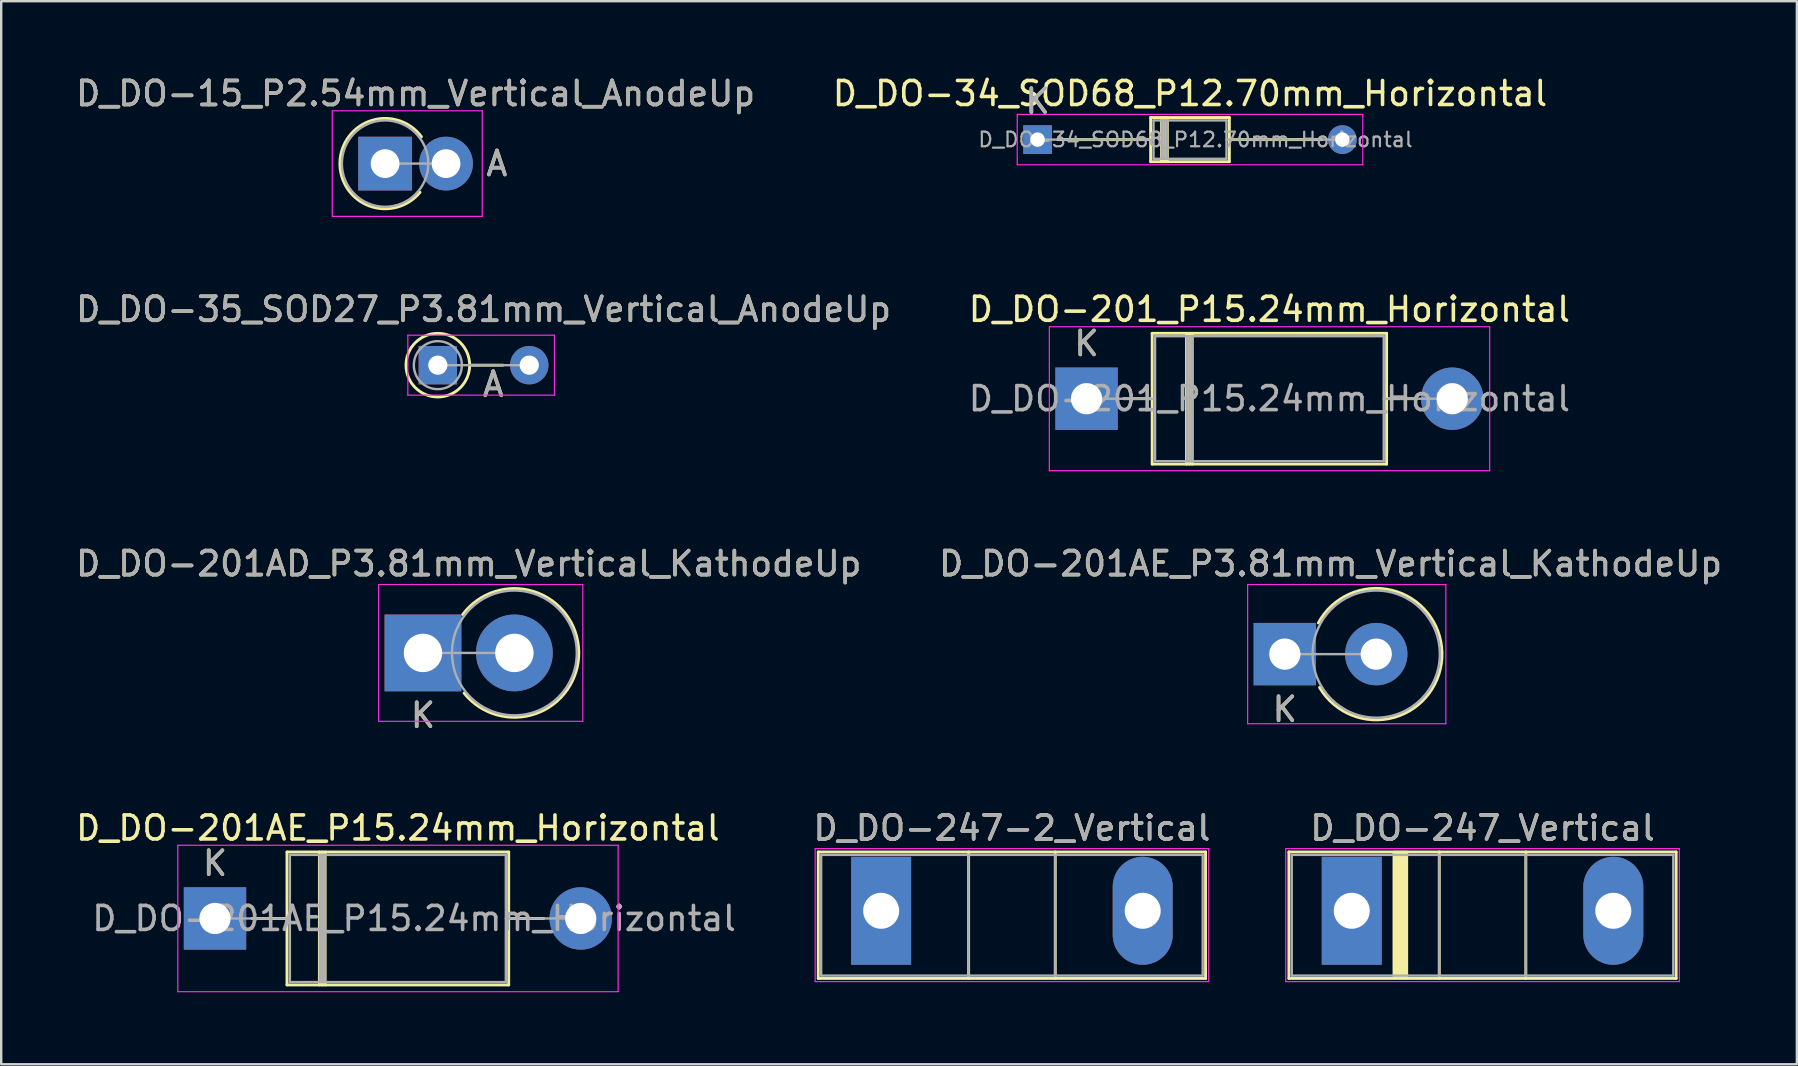
<source format=kicad_pcb>
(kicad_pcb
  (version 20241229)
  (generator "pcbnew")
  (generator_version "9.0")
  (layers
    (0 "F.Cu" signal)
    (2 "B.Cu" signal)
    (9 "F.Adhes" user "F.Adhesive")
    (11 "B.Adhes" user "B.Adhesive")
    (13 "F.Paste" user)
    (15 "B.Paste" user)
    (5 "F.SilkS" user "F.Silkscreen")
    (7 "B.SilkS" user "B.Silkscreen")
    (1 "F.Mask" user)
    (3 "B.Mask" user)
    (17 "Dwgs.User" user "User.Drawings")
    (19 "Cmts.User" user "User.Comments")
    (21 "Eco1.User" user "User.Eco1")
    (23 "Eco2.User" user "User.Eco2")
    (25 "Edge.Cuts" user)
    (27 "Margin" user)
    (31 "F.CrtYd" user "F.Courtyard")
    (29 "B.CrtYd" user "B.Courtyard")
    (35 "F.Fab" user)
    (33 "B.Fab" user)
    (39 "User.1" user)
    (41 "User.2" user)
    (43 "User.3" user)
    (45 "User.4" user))
  (footprint "D_DO-201AE_P3.81mm_Vertical_KathodeUp"
    (layer "F.Cu")
    (at 50.494 24.21)
    (property "Reference" "D_DO-201AE_P3.81mm_Vertical_KathodeUp" (at 1.905 -3.77 0) (layer "F.SilkS") (effects (font (size 1 1) (thickness 0.15))))
    (attr through_hole)
    (fp_arc (start 1.396849 -1.3) (mid 6.55054 -0.052312) (end 1.448218 1.391144) (stroke (width 0.12) (type solid)) (layer "F.SilkS"))
    (fp_line (start -1.55 -2.9) (end -1.55 2.9) (stroke (width 0.05) (type solid)) (layer "F.CrtYd"))
    (fp_line (start -1.55 2.9) (end 6.71 2.9) (stroke (width 0.05) (type solid)) (layer "F.CrtYd"))
    (fp_line (start 6.71 -2.9) (end -1.55 -2.9) (stroke (width 0.05) (type solid)) (layer "F.CrtYd"))
    (fp_line (start 6.71 2.9) (end 6.71 -2.9) (stroke (width 0.05) (type solid)) (layer "F.CrtYd"))
    (fp_line (start 0 0) (end 3.81 0) (stroke (width 0.1) (type solid)) (layer "F.Fab"))
    (fp_circle (center 3.81 0) (end 6.46 0) (stroke (width 0.1) (type solid)) (fill no) (layer "F.Fab"))
    (fp_text user "K" (at 0 2.3 0) (layer "F.SilkS") (effects (font (size 1 1) (thickness 0.15))))
    (fp_text user "${REFERENCE}" (at 1.905 -3.77 0) (layer "F.Fab") (effects (font (size 1 1) (thickness 0.15))))
    (fp_text user "K" (at 0 2.3 0) (layer "F.Fab") (effects (font (size 1 1) (thickness 0.15))))
    (pad "1" thru_hole rect (at 0 0) (size 2.6 2.6) (drill 1.3) (layers "*.Cu" "*.Mask"))
    (pad "2" thru_hole oval (at 3.81 0) (size 2.6 2.6) (drill 1.3) (layers "*.Cu" "*.Mask")))
  (footprint "D_DO-15_P2.54mm_Vertical_AnodeUp"
    (layer "F.Cu")
    (at 12.998 3.768)
    (property "Reference" "D_DO-15_P2.54mm_Vertical_AnodeUp" (at 1.27 -2.92 0) (layer "F.SilkS") (effects (font (size 1 1) (thickness 0.15))))
    (attr through_hole)
    (fp_arc (start 1.456371 1.194732) (mid -1.883124 -0.047368) (end 1.514596 -1.12) (stroke (width 0.12) (type solid)) (layer "F.SilkS"))
    (fp_line (start -2.2 -2.2) (end -2.2 2.2) (stroke (width 0.05) (type solid)) (layer "F.CrtYd"))
    (fp_line (start -2.2 2.2) (end 4.05 2.2) (stroke (width 0.05) (type solid)) (layer "F.CrtYd"))
    (fp_line (start 4.05 -2.2) (end -2.2 -2.2) (stroke (width 0.05) (type solid)) (layer "F.CrtYd"))
    (fp_line (start 4.05 2.2) (end 4.05 -2.2) (stroke (width 0.05) (type solid)) (layer "F.CrtYd"))
    (fp_line (start 0 0) (end 2.54 0) (stroke (width 0.1) (type solid)) (layer "F.Fab"))
    (fp_circle (center 0 0) (end 1.8 0) (stroke (width 0.1) (type solid)) (fill no) (layer "F.Fab"))
    (fp_text user "A" (at 4.66 0 0) (layer "F.SilkS") (effects (font (size 1 1) (thickness 0.15))))
    (fp_text user "A" (at 4.66 0 0) (layer "F.Fab") (effects (font (size 1 1) (thickness 0.15))))
    (fp_text user "${REFERENCE}" (at 1.27 -2.92 0) (layer "F.Fab") (effects (font (size 1 1) (thickness 0.15))))
    (pad "1" thru_hole rect (at 0 0) (size 2.24 2.24) (drill 1.2) (layers "*.Cu" "*.Mask"))
    (pad "2" thru_hole oval (at 2.54 0) (size 2.24 2.24) (drill 1.2) (layers "*.Cu" "*.Mask")))
  (footprint "D_DO-35_SOD27_P3.81mm_Vertical_AnodeUp"
    (layer "F.Cu")
    (at 15.196 12.168)
    (property "Reference" "D_DO-35_SOD27_P3.81mm_Vertical_AnodeUp" (at 1.905 -2.326 0) (layer "F.SilkS") (effects (font (size 1 1) (thickness 0.15))))
    (attr through_hole)
    (fp_line (start 1.326 0) (end 2.71 0) (stroke (width 0.12) (type solid)) (layer "F.SilkS"))
    (fp_circle (center 0 0) (end 1.326 0) (stroke (width 0.12) (type solid)) (fill no) (layer "F.SilkS"))
    (fp_line (start -1.25 -1.25) (end -1.25 1.25) (stroke (width 0.05) (type solid)) (layer "F.CrtYd"))
    (fp_line (start -1.25 1.25) (end 4.86 1.25) (stroke (width 0.05) (type solid)) (layer "F.CrtYd"))
    (fp_line (start 4.86 -1.25) (end -1.25 -1.25) (stroke (width 0.05) (type solid)) (layer "F.CrtYd"))
    (fp_line (start 4.86 1.25) (end 4.86 -1.25) (stroke (width 0.05) (type solid)) (layer "F.CrtYd"))
    (fp_line (start 0 0) (end 3.81 0) (stroke (width 0.1) (type solid)) (layer "F.Fab"))
    (fp_circle (center 0 0) (end 1 0) (stroke (width 0.1) (type solid)) (fill no) (layer "F.Fab"))
    (fp_text user "A" (at 2.31 0.8 0) (layer "F.SilkS") (effects (font (size 1 1) (thickness 0.15))))
    (fp_text user "${REFERENCE}" (at 1.905 -2.326 0) (layer "F.Fab") (effects (font (size 1 1) (thickness 0.15))))
    (fp_text user "A" (at 2.31 0.8 0) (layer "F.Fab") (effects (font (size 1 1) (thickness 0.15))))
    (pad "1" thru_hole rect (at 0 0) (size 1.6 1.6) (drill 0.8) (layers "*.Cu" "*.Mask"))
    (pad "2" thru_hole oval (at 3.81 0) (size 1.6 1.6) (drill 0.8) (layers "*.Cu" "*.Mask")))
  (footprint "D_DO-247-2_Vertical"
    (layer "F.Cu")
    (at 33.671 34.906)
    (property "Reference" "D_DO-247-2_Vertical" (at 5.45 -3.45 0) (layer "F.SilkS") (effects (font (size 1 1) (thickness 0.15))))
    (attr through_hole)
    (fp_line (start -2.62 -2.451) (end -2.62 2.82) (stroke (width 0.12) (type solid)) (layer "F.SilkS"))
    (fp_line (start -2.62 -2.451) (end 13.52 -2.451) (stroke (width 0.12) (type solid)) (layer "F.SilkS"))
    (fp_line (start -2.62 2.82) (end 13.52 2.82) (stroke (width 0.12) (type solid)) (layer "F.SilkS"))
    (fp_line (start 3.646 -2.451) (end 3.646 2.82) (stroke (width 0.12) (type solid)) (layer "F.SilkS"))
    (fp_line (start 7.255 -2.451) (end 7.255 2.82) (stroke (width 0.12) (type solid)) (layer "F.SilkS"))
    (fp_line (start 13.52 -2.451) (end 13.52 2.82) (stroke (width 0.12) (type solid)) (layer "F.SilkS"))
    (fp_line (start -2.75 -2.59) (end -2.75 2.95) (stroke (width 0.05) (type solid)) (layer "F.CrtYd"))
    (fp_line (start -2.75 2.95) (end 13.65 2.95) (stroke (width 0.05) (type solid)) (layer "F.CrtYd"))
    (fp_line (start 13.65 -2.59) (end -2.75 -2.59) (stroke (width 0.05) (type solid)) (layer "F.CrtYd"))
    (fp_line (start 13.65 2.95) (end 13.65 -2.59) (stroke (width 0.05) (type solid)) (layer "F.CrtYd"))
    (fp_line (start -2.5 -2.33) (end -2.5 2.7) (stroke (width 0.1) (type solid)) (layer "F.Fab"))
    (fp_line (start -2.5 2.7) (end 13.4 2.7) (stroke (width 0.1) (type solid)) (layer "F.Fab"))
    (fp_line (start 3.645 -2.33) (end 3.645 2.7) (stroke (width 0.1) (type solid)) (layer "F.Fab"))
    (fp_line (start 7.255 -2.33) (end 7.255 2.7) (stroke (width 0.1) (type solid)) (layer "F.Fab"))
    (fp_line (start 13.4 -2.33) (end -2.5 -2.33) (stroke (width 0.1) (type solid)) (layer "F.Fab"))
    (fp_line (start 13.4 2.7) (end 13.4 -2.33) (stroke (width 0.1) (type solid)) (layer "F.Fab"))
    (fp_text user "${REFERENCE}" (at 5.45 -3.45 0) (layer "F.Fab") (effects (font (size 1 1) (thickness 0.15))))
    (pad "1" thru_hole rect (at 0 0) (size 2.5 4.5) (drill 1.5) (layers "*.Cu" "*.Mask"))
    (pad "2" thru_hole oval (at 10.9 0) (size 2.5 4.5) (drill 1.5) (layers "*.Cu" "*.Mask")))
  (footprint "D_DO-201AE_P15.24mm_Horizontal"
    (layer "F.Cu")
    (at 5.91 35.226)
    (property "Reference" "D_DO-201AE_P15.24mm_Horizontal" (at 7.62 -3.77 0) (layer "F.SilkS") (effects (font (size 1 1) (thickness 0.15))))
    (attr through_hole)
    (fp_line (start 1.54 0) (end 3 0) (stroke (width 0.12) (type solid)) (layer "F.SilkS"))
    (fp_line (start 3 -2.77) (end 3 2.77) (stroke (width 0.12) (type solid)) (layer "F.SilkS"))
    (fp_line (start 3 2.77) (end 12.24 2.77) (stroke (width 0.12) (type solid)) (layer "F.SilkS"))
    (fp_line (start 4.35 -2.77) (end 4.35 2.77) (stroke (width 0.12) (type solid)) (layer "F.SilkS"))
    (fp_line (start 4.47 -2.77) (end 4.47 2.77) (stroke (width 0.12) (type solid)) (layer "F.SilkS"))
    (fp_line (start 4.59 -2.77) (end 4.59 2.77) (stroke (width 0.12) (type solid)) (layer "F.SilkS"))
    (fp_line (start 12.24 -2.77) (end 3 -2.77) (stroke (width 0.12) (type solid)) (layer "F.SilkS"))
    (fp_line (start 12.24 2.77) (end 12.24 -2.77) (stroke (width 0.12) (type solid)) (layer "F.SilkS"))
    (fp_line (start 13.7 0) (end 12.24 0) (stroke (width 0.12) (type solid)) (layer "F.SilkS"))
    (fp_line (start -1.55 -3.05) (end -1.55 3.05) (stroke (width 0.05) (type solid)) (layer "F.CrtYd"))
    (fp_line (start -1.55 3.05) (end 16.8 3.05) (stroke (width 0.05) (type solid)) (layer "F.CrtYd"))
    (fp_line (start 16.8 -3.05) (end -1.55 -3.05) (stroke (width 0.05) (type solid)) (layer "F.CrtYd"))
    (fp_line (start 16.8 3.05) (end 16.8 -3.05) (stroke (width 0.05) (type solid)) (layer "F.CrtYd"))
    (fp_line (start 0 0) (end 3.12 0) (stroke (width 0.1) (type solid)) (layer "F.Fab"))
    (fp_line (start 3.12 -2.65) (end 3.12 2.65) (stroke (width 0.1) (type solid)) (layer "F.Fab"))
    (fp_line (start 3.12 2.65) (end 12.12 2.65) (stroke (width 0.1) (type solid)) (layer "F.Fab"))
    (fp_line (start 4.37 -2.65) (end 4.37 2.65) (stroke (width 0.1) (type solid)) (layer "F.Fab"))
    (fp_line (start 4.47 -2.65) (end 4.47 2.65) (stroke (width 0.1) (type solid)) (layer "F.Fab"))
    (fp_line (start 4.57 -2.65) (end 4.57 2.65) (stroke (width 0.1) (type solid)) (layer "F.Fab"))
    (fp_line (start 12.12 -2.65) (end 3.12 -2.65) (stroke (width 0.1) (type solid)) (layer "F.Fab"))
    (fp_line (start 12.12 2.65) (end 12.12 -2.65) (stroke (width 0.1) (type solid)) (layer "F.Fab"))
    (fp_line (start 15.24 0) (end 12.12 0) (stroke (width 0.1) (type solid)) (layer "F.Fab"))
    (fp_text user "K" (at 0 -2.3 0) (layer "F.SilkS") (effects (font (size 1 1) (thickness 0.15))))
    (fp_text user "K" (at 0 -2.3 0) (layer "F.Fab") (effects (font (size 1 1) (thickness 0.15))))
    (fp_text user "${REFERENCE}" (at 8.295 0 0) (layer "F.Fab") (effects (font (size 1 1) (thickness 0.15))))
    (pad "1" thru_hole rect (at 0 0) (size 2.6 2.6) (drill 1.3) (layers "*.Cu" "*.Mask"))
    (pad "2" thru_hole oval (at 15.24 0) (size 2.6 2.6) (drill 1.3) (layers "*.Cu" "*.Mask")))
  (footprint "D_DO-201_P15.24mm_Horizontal"
    (layer "F.Cu")
    (at 42.231 13.566)
    (property "Reference" "D_DO-201_P15.24mm_Horizontal" (at 7.62 -3.725 0) (layer "F.SilkS") (effects (font (size 1 1) (thickness 0.15))))
    (attr through_hole)
    (fp_line (start 1.54 0) (end 2.735 0) (stroke (width 0.12) (type solid)) (layer "F.SilkS"))
    (fp_line (start 2.735 -2.725) (end 2.735 2.725) (stroke (width 0.12) (type solid)) (layer "F.SilkS"))
    (fp_line (start 2.735 2.725) (end 12.505 2.725) (stroke (width 0.12) (type solid)) (layer "F.SilkS"))
    (fp_line (start 4.165 -2.725) (end 4.165 2.725) (stroke (width 0.12) (type solid)) (layer "F.SilkS"))
    (fp_line (start 4.285 -2.725) (end 4.285 2.725) (stroke (width 0.12) (type solid)) (layer "F.SilkS"))
    (fp_line (start 4.404 -2.725) (end 4.404 2.725) (stroke (width 0.12) (type solid)) (layer "F.SilkS"))
    (fp_line (start 12.505 -2.725) (end 2.735 -2.725) (stroke (width 0.12) (type solid)) (layer "F.SilkS"))
    (fp_line (start 12.505 2.725) (end 12.505 -2.725) (stroke (width 0.12) (type solid)) (layer "F.SilkS"))
    (fp_line (start 13.7 0) (end 12.505 0) (stroke (width 0.12) (type solid)) (layer "F.SilkS"))
    (fp_line (start -1.55 -3) (end -1.55 3) (stroke (width 0.05) (type solid)) (layer "F.CrtYd"))
    (fp_line (start -1.55 3) (end 16.8 3) (stroke (width 0.05) (type solid)) (layer "F.CrtYd"))
    (fp_line (start 16.8 -3) (end -1.55 -3) (stroke (width 0.05) (type solid)) (layer "F.CrtYd"))
    (fp_line (start 16.8 3) (end 16.8 -3) (stroke (width 0.05) (type solid)) (layer "F.CrtYd"))
    (fp_line (start 0 0) (end 2.855 0) (stroke (width 0.1) (type solid)) (layer "F.Fab"))
    (fp_line (start 2.855 -2.605) (end 2.855 2.605) (stroke (width 0.1) (type solid)) (layer "F.Fab"))
    (fp_line (start 2.855 2.605) (end 12.385 2.605) (stroke (width 0.1) (type solid)) (layer "F.Fab"))
    (fp_line (start 4.184 -2.605) (end 4.184 2.605) (stroke (width 0.1) (type solid)) (layer "F.Fab"))
    (fp_line (start 4.285 -2.605) (end 4.285 2.605) (stroke (width 0.1) (type solid)) (layer "F.Fab"))
    (fp_line (start 4.385 -2.605) (end 4.385 2.605) (stroke (width 0.1) (type solid)) (layer "F.Fab"))
    (fp_line (start 12.385 -2.605) (end 2.855 -2.605) (stroke (width 0.1) (type solid)) (layer "F.Fab"))
    (fp_line (start 12.385 2.605) (end 12.385 -2.605) (stroke (width 0.1) (type solid)) (layer "F.Fab"))
    (fp_line (start 15.24 0) (end 12.385 0) (stroke (width 0.1) (type solid)) (layer "F.Fab"))
    (fp_text user "K" (at 0 -2.3 0) (layer "F.SilkS") (effects (font (size 1 1) (thickness 0.15))))
    (fp_text user "K" (at 0 -2.3 0) (layer "F.Fab") (effects (font (size 1 1) (thickness 0.15))))
    (fp_text user "${REFERENCE}" (at 7.62 0 0) (layer "F.Fab") (effects (font (size 1 1) (thickness 0.15))))
    (pad "1" thru_hole rect (at 0 0) (size 2.6 2.6) (drill 1.3) (layers "*.Cu" "*.Mask"))
    (pad "2" thru_hole oval (at 15.24 0) (size 2.6 2.6) (drill 1.3) (layers "*.Cu" "*.Mask")))
  (footprint "D_DO-34_SOD68_P12.70mm_Horizontal"
    (layer "F.Cu")
    (at 40.192 2.768)
    (property "Reference" "D_DO-34_SOD68_P12.70mm_Horizontal" (at 6.35 -1.92 0) (layer "F.SilkS") (effects (font (size 1 1) (thickness 0.15))))
    (attr through_hole)
    (fp_line (start 0.84 0) (end 4.71 0) (stroke (width 0.12) (type solid)) (layer "F.SilkS"))
    (fp_line (start 4.71 -0.92) (end 4.71 0.92) (stroke (width 0.12) (type solid)) (layer "F.SilkS"))
    (fp_line (start 4.71 0.92) (end 7.99 0.92) (stroke (width 0.12) (type solid)) (layer "F.SilkS"))
    (fp_line (start 5.166 -0.92) (end 5.166 0.92) (stroke (width 0.12) (type solid)) (layer "F.SilkS"))
    (fp_line (start 5.286 -0.92) (end 5.286 0.92) (stroke (width 0.12) (type solid)) (layer "F.SilkS"))
    (fp_line (start 5.406 -0.92) (end 5.406 0.92) (stroke (width 0.12) (type solid)) (layer "F.SilkS"))
    (fp_line (start 7.99 -0.92) (end 4.71 -0.92) (stroke (width 0.12) (type solid)) (layer "F.SilkS"))
    (fp_line (start 7.99 0.92) (end 7.99 -0.92) (stroke (width 0.12) (type solid)) (layer "F.SilkS"))
    (fp_line (start 11.86 0) (end 7.99 0) (stroke (width 0.12) (type solid)) (layer "F.SilkS"))
    (fp_line (start -0.85 -1.05) (end -0.85 1.05) (stroke (width 0.05) (type solid)) (layer "F.CrtYd"))
    (fp_line (start -0.85 1.05) (end 13.55 1.05) (stroke (width 0.05) (type solid)) (layer "F.CrtYd"))
    (fp_line (start 13.55 -1.05) (end -0.85 -1.05) (stroke (width 0.05) (type solid)) (layer "F.CrtYd"))
    (fp_line (start 13.55 1.05) (end 13.55 -1.05) (stroke (width 0.05) (type solid)) (layer "F.CrtYd"))
    (fp_line (start 0 0) (end 4.83 0) (stroke (width 0.1) (type solid)) (layer "F.Fab"))
    (fp_line (start 4.83 -0.8) (end 4.83 0.8) (stroke (width 0.1) (type solid)) (layer "F.Fab"))
    (fp_line (start 4.83 0.8) (end 7.87 0.8) (stroke (width 0.1) (type solid)) (layer "F.Fab"))
    (fp_line (start 5.186 -0.8) (end 5.186 0.8) (stroke (width 0.1) (type solid)) (layer "F.Fab"))
    (fp_line (start 5.286 -0.8) (end 5.286 0.8) (stroke (width 0.1) (type solid)) (layer "F.Fab"))
    (fp_line (start 5.386 -0.8) (end 5.386 0.8) (stroke (width 0.1) (type solid)) (layer "F.Fab"))
    (fp_line (start 7.87 -0.8) (end 4.83 -0.8) (stroke (width 0.1) (type solid)) (layer "F.Fab"))
    (fp_line (start 7.87 0.8) (end 7.87 -0.8) (stroke (width 0.1) (type solid)) (layer "F.Fab"))
    (fp_line (start 12.7 0) (end 7.87 0) (stroke (width 0.1) (type solid)) (layer "F.Fab"))
    (fp_text user "K" (at 0 -1.6 0) (layer "F.SilkS") (effects (font (size 1 1) (thickness 0.15))))
    (fp_text user "K" (at 0 -1.6 0) (layer "F.Fab") (effects (font (size 1 1) (thickness 0.15))))
    (fp_text user "${REFERENCE}" (at 6.578 0 0) (layer "F.Fab") (effects (font (size 0.608 0.608) (thickness 0.091))))
    (pad "1" thru_hole rect (at 0 0) (size 1.2 1.2) (drill 0.6) (layers "*.Cu" "*.Mask"))
    (pad "2" thru_hole oval (at 12.7 0) (size 1.2 1.2) (drill 0.6) (layers "*.Cu" "*.Mask")))
  (footprint "D_DO-201AD_P3.81mm_Vertical_KathodeUp"
    (layer "F.Cu")
    (at 14.577 24.16)
    (property "Reference" "D_DO-201AD_P3.81mm_Vertical_KathodeUp" (at 1.905 -3.72 0) (layer "F.SilkS") (effects (font (size 1 1) (thickness 0.15))))
    (attr through_hole)
    (fp_arc (start 1.655284 -1.6) (mid 6.493382 -0.047582) (end 1.713364 1.675386) (stroke (width 0.12) (type solid)) (layer "F.SilkS"))
    (fp_line (start -1.85 -2.85) (end -1.85 2.85) (stroke (width 0.05) (type solid)) (layer "F.CrtYd"))
    (fp_line (start -1.85 2.85) (end 6.66 2.85) (stroke (width 0.05) (type solid)) (layer "F.CrtYd"))
    (fp_line (start 6.66 -2.85) (end -1.85 -2.85) (stroke (width 0.05) (type solid)) (layer "F.CrtYd"))
    (fp_line (start 6.66 2.85) (end 6.66 -2.85) (stroke (width 0.05) (type solid)) (layer "F.CrtYd"))
    (fp_line (start 0 0) (end 3.81 0) (stroke (width 0.1) (type solid)) (layer "F.Fab"))
    (fp_circle (center 3.81 0) (end 6.41 0) (stroke (width 0.1) (type solid)) (fill no) (layer "F.Fab"))
    (fp_text user "K" (at 0 2.6 0) (layer "F.SilkS") (effects (font (size 1 1) (thickness 0.15))))
    (fp_text user "K" (at 0 2.6 0) (layer "F.Fab") (effects (font (size 1 1) (thickness 0.15))))
    (fp_text user "${REFERENCE}" (at 1.905 -3.72 0) (layer "F.Fab") (effects (font (size 1 1) (thickness 0.15))))
    (pad "1" thru_hole rect (at 0 0) (size 3.2 3.2) (drill 1.6) (layers "*.Cu" "*.Mask"))
    (pad "2" thru_hole oval (at 3.81 0) (size 3.2 3.2) (drill 1.6) (layers "*.Cu" "*.Mask")))
  (footprint "D_DO-247_Vertical"
    (layer "F.Cu")
    (at 53.283 34.906)
    (property "Reference" "D_DO-247_Vertical" (at 5.45 -3.45 0) (layer "F.SilkS") (effects (font (size 1 1) (thickness 0.15))))
    (attr through_hole)
    (fp_line (start -2.62 -2.451) (end -2.62 2.82) (stroke (width 0.12) (type solid)) (layer "F.SilkS"))
    (fp_line (start -2.62 -2.451) (end 13.52 -2.451) (stroke (width 0.12) (type solid)) (layer "F.SilkS"))
    (fp_line (start -2.62 2.82) (end 13.52 2.82) (stroke (width 0.12) (type solid)) (layer "F.SilkS"))
    (fp_line (start 3.646 -2.451) (end 3.646 2.82) (stroke (width 0.12) (type solid)) (layer "F.SilkS"))
    (fp_line (start 7.255 -2.451) (end 7.255 2.82) (stroke (width 0.12) (type solid)) (layer "F.SilkS"))
    (fp_line (start 13.52 -2.451) (end 13.52 2.82) (stroke (width 0.12) (type solid)) (layer "F.SilkS"))
    (fp_poly (pts (xy 2.3 2.8) (xy 1.75 2.8) (xy 1.75 -2.45) (xy 2.3 -2.45)) (stroke (width 0.1) (type solid)) (fill yes) (layer "F.SilkS"))
    (fp_line (start -2.75 -2.59) (end -2.75 2.95) (stroke (width 0.05) (type solid)) (layer "F.CrtYd"))
    (fp_line (start -2.75 2.95) (end 13.65 2.95) (stroke (width 0.05) (type solid)) (layer "F.CrtYd"))
    (fp_line (start 13.65 -2.59) (end -2.75 -2.59) (stroke (width 0.05) (type solid)) (layer "F.CrtYd"))
    (fp_line (start 13.65 2.95) (end 13.65 -2.59) (stroke (width 0.05) (type solid)) (layer "F.CrtYd"))
    (fp_line (start -2.5 -2.33) (end -2.5 2.7) (stroke (width 0.1) (type solid)) (layer "F.Fab"))
    (fp_line (start -2.5 2.7) (end 13.4 2.7) (stroke (width 0.1) (type solid)) (layer "F.Fab"))
    (fp_line (start 3.645 -2.33) (end 3.645 2.7) (stroke (width 0.1) (type solid)) (layer "F.Fab"))
    (fp_line (start 7.255 -2.33) (end 7.255 2.7) (stroke (width 0.1) (type solid)) (layer "F.Fab"))
    (fp_line (start 13.4 -2.33) (end -2.5 -2.33) (stroke (width 0.1) (type solid)) (layer "F.Fab"))
    (fp_line (start 13.4 2.7) (end 13.4 -2.33) (stroke (width 0.1) (type solid)) (layer "F.Fab"))
    (fp_text user "${REFERENCE}" (at 5.45 -3.45 0) (layer "F.Fab") (effects (font (size 1 1) (thickness 0.15))))
    (pad "1" thru_hole rect (at 0 0) (size 2.5 4.5) (drill 1.5) (layers "*.Cu" "*.Mask"))
    (pad "2" thru_hole oval (at 10.9 0) (size 2.5 4.5) (drill 1.5) (layers "*.Cu" "*.Mask")))
  (gr_rect
    (start -3 -3)
    (end 71.833 41.301)
    (stroke (width 0.1) (type default))
    (fill no)
    (layer "Edge.Cuts")))
</source>
